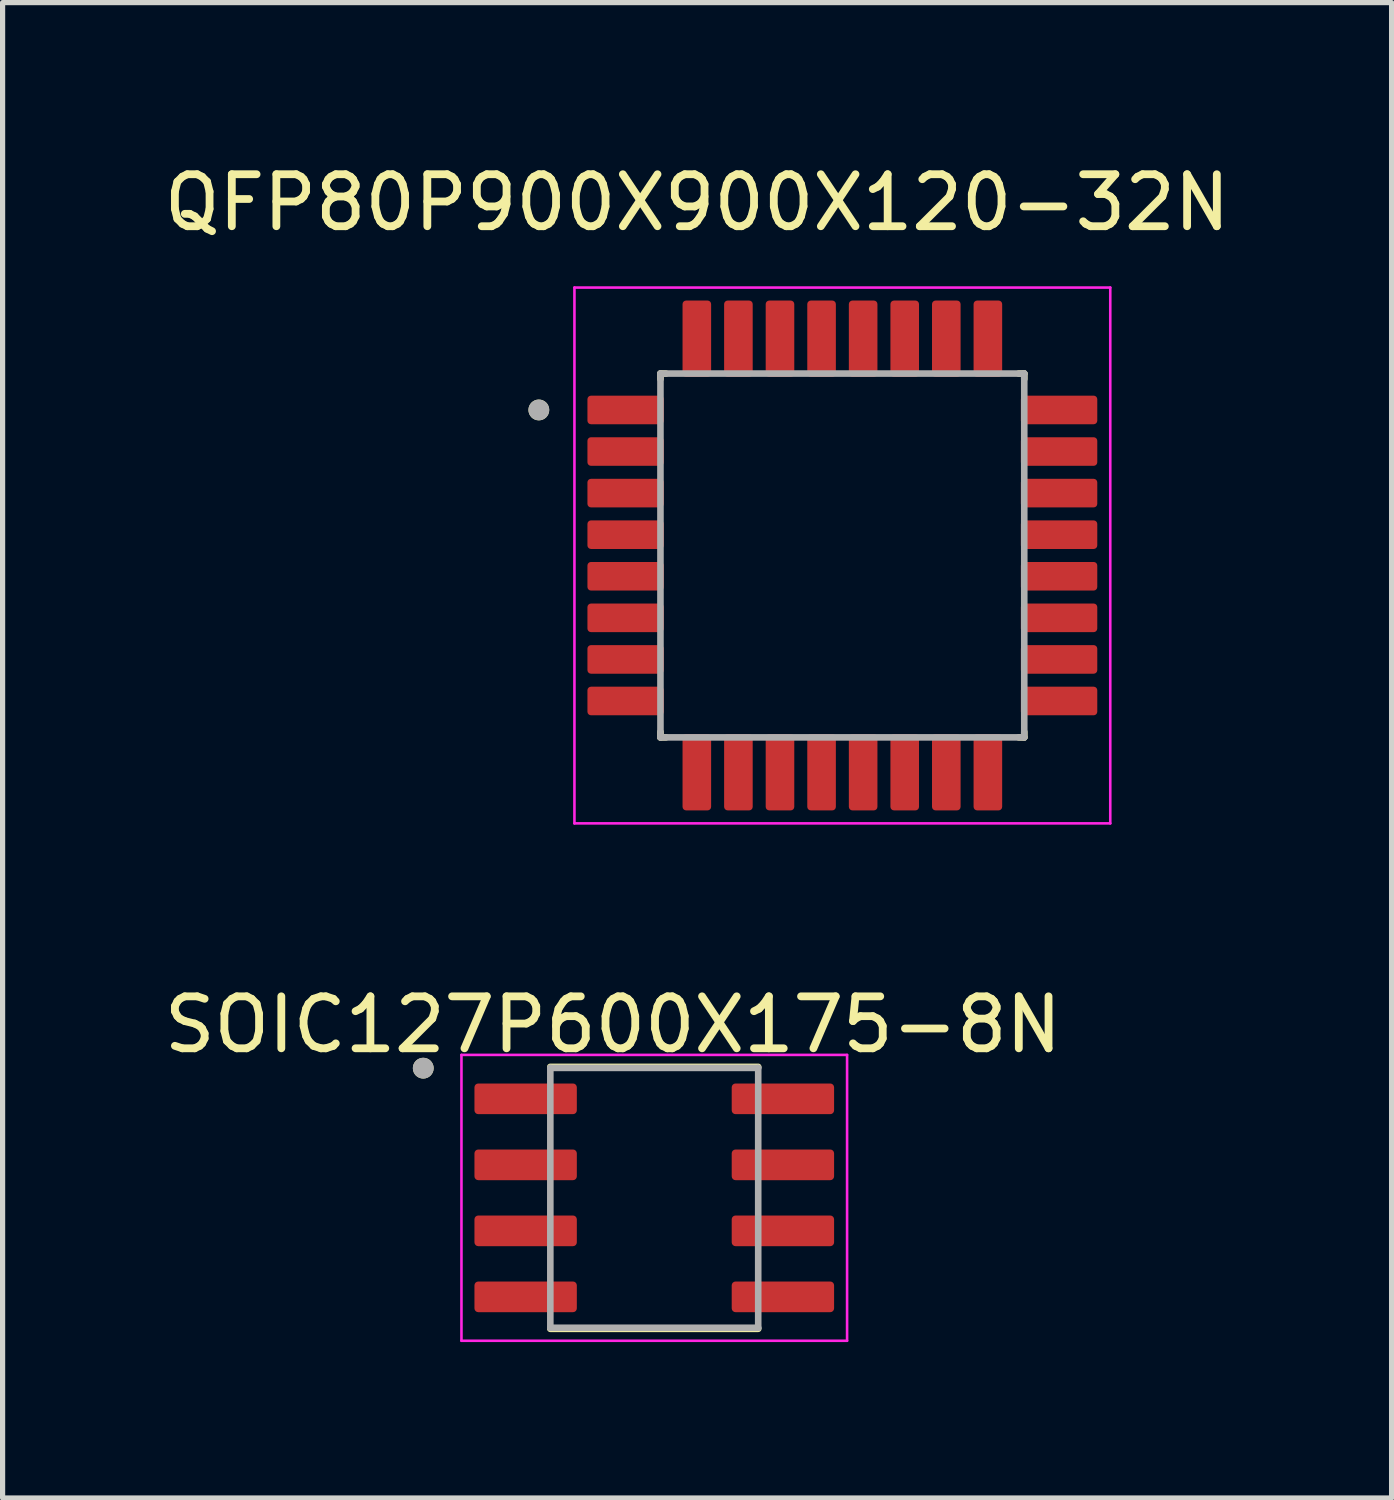
<source format=kicad_pcb>
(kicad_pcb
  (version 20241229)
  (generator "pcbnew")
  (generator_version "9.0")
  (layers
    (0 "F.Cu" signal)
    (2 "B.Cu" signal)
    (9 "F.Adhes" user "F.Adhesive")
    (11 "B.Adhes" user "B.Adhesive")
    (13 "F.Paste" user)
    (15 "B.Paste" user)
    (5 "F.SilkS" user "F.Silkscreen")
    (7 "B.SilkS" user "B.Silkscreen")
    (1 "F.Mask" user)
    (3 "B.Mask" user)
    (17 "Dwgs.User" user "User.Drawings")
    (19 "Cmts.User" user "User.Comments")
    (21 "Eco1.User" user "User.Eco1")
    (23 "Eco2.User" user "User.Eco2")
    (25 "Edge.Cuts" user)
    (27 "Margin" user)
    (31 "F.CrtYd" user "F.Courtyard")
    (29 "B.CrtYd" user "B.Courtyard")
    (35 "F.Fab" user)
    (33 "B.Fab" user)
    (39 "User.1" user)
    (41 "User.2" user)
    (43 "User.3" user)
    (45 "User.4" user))
  (footprint "QFP80P900X900X120-32N"
    (layer "F.Cu")
    (at 13.158 7.638)
    (property "Reference" "QFP80P900X900X120-32N" (at -2.795 -6.79 0) (layer "F.SilkS") (effects (font (size 1 1) (thickness 0.15))))
    (attr smd)
    (fp_line (start -3.5 -3.5) (end -3.5 -3.395) (stroke (width 0.127) (type solid)) (layer "F.SilkS"))
    (fp_line (start -3.5 -3.5) (end -3.395 -3.5) (stroke (width 0.127) (type solid)) (layer "F.SilkS"))
    (fp_line (start -3.5 3.5) (end -3.5 3.395) (stroke (width 0.127) (type solid)) (layer "F.SilkS"))
    (fp_line (start -3.5 3.5) (end -3.395 3.5) (stroke (width 0.127) (type solid)) (layer "F.SilkS"))
    (fp_line (start 3.5 -3.5) (end 3.395 -3.5) (stroke (width 0.127) (type solid)) (layer "F.SilkS"))
    (fp_line (start 3.5 -3.5) (end 3.5 -3.395) (stroke (width 0.127) (type solid)) (layer "F.SilkS"))
    (fp_line (start 3.5 3.5) (end 3.395 3.5) (stroke (width 0.127) (type solid)) (layer "F.SilkS"))
    (fp_line (start 3.5 3.5) (end 3.5 3.395) (stroke (width 0.127) (type solid)) (layer "F.SilkS"))
    (fp_circle (center -5.84 -2.8) (end -5.74 -2.8) (stroke (width 0.2) (type solid)) (fill no) (layer "F.SilkS"))
    (fp_line (start -5.155 -5.155) (end 5.155 -5.155) (stroke (width 0.05) (type solid)) (layer "F.CrtYd"))
    (fp_line (start -5.155 5.155) (end -5.155 -5.155) (stroke (width 0.05) (type solid)) (layer "F.CrtYd"))
    (fp_line (start -5.155 5.155) (end 5.155 5.155) (stroke (width 0.05) (type solid)) (layer "F.CrtYd"))
    (fp_line (start 5.155 5.155) (end 5.155 -5.155) (stroke (width 0.05) (type solid)) (layer "F.CrtYd"))
    (fp_line (start -3.5 3.5) (end -3.5 -3.5) (stroke (width 0.127) (type solid)) (layer "F.Fab"))
    (fp_line (start 3.5 -3.5) (end -3.5 -3.5) (stroke (width 0.127) (type solid)) (layer "F.Fab"))
    (fp_line (start 3.5 3.5) (end -3.5 3.5) (stroke (width 0.127) (type solid)) (layer "F.Fab"))
    (fp_line (start 3.5 3.5) (end 3.5 -3.5) (stroke (width 0.127) (type solid)) (layer "F.Fab"))
    (fp_circle (center -5.84 -2.8) (end -5.74 -2.8) (stroke (width 0.2) (type solid)) (fill no) (layer "F.Fab"))
    (pad "1" smd roundrect (at -4.17 -2.8) (size 1.47 0.55) (layers "F.Cu" "F.Mask" "F.Paste") (roundrect_rratio 0.125))
    (pad "2" smd roundrect (at -4.17 -2) (size 1.47 0.55) (layers "F.Cu" "F.Mask" "F.Paste") (roundrect_rratio 0.125))
    (pad "3" smd roundrect (at -4.17 -1.2) (size 1.47 0.55) (layers "F.Cu" "F.Mask" "F.Paste") (roundrect_rratio 0.125))
    (pad "4" smd roundrect (at -4.17 -0.4) (size 1.47 0.55) (layers "F.Cu" "F.Mask" "F.Paste") (roundrect_rratio 0.125))
    (pad "5" smd roundrect (at -4.17 0.4) (size 1.47 0.55) (layers "F.Cu" "F.Mask" "F.Paste") (roundrect_rratio 0.125))
    (pad "6" smd roundrect (at -4.17 1.2) (size 1.47 0.55) (layers "F.Cu" "F.Mask" "F.Paste") (roundrect_rratio 0.125))
    (pad "7" smd roundrect (at -4.17 2) (size 1.47 0.55) (layers "F.Cu" "F.Mask" "F.Paste") (roundrect_rratio 0.125))
    (pad "8" smd roundrect (at -4.17 2.8) (size 1.47 0.55) (layers "F.Cu" "F.Mask" "F.Paste") (roundrect_rratio 0.125))
    (pad "9" smd roundrect (at -2.8 4.17) (size 0.55 1.47) (layers "F.Cu" "F.Mask" "F.Paste") (roundrect_rratio 0.125))
    (pad "10" smd roundrect (at -2 4.17) (size 0.55 1.47) (layers "F.Cu" "F.Mask" "F.Paste") (roundrect_rratio 0.125))
    (pad "11" smd roundrect (at -1.2 4.17) (size 0.55 1.47) (layers "F.Cu" "F.Mask" "F.Paste") (roundrect_rratio 0.125))
    (pad "12" smd roundrect (at -0.4 4.17) (size 0.55 1.47) (layers "F.Cu" "F.Mask" "F.Paste") (roundrect_rratio 0.125))
    (pad "13" smd roundrect (at 0.4 4.17) (size 0.55 1.47) (layers "F.Cu" "F.Mask" "F.Paste") (roundrect_rratio 0.125))
    (pad "14" smd roundrect (at 1.2 4.17) (size 0.55 1.47) (layers "F.Cu" "F.Mask" "F.Paste") (roundrect_rratio 0.125))
    (pad "15" smd roundrect (at 2 4.17) (size 0.55 1.47) (layers "F.Cu" "F.Mask" "F.Paste") (roundrect_rratio 0.125))
    (pad "16" smd roundrect (at 2.8 4.17) (size 0.55 1.47) (layers "F.Cu" "F.Mask" "F.Paste") (roundrect_rratio 0.125))
    (pad "17" smd roundrect (at 4.17 2.8) (size 1.47 0.55) (layers "F.Cu" "F.Mask" "F.Paste") (roundrect_rratio 0.125))
    (pad "18" smd roundrect (at 4.17 2) (size 1.47 0.55) (layers "F.Cu" "F.Mask" "F.Paste") (roundrect_rratio 0.125))
    (pad "19" smd roundrect (at 4.17 1.2) (size 1.47 0.55) (layers "F.Cu" "F.Mask" "F.Paste") (roundrect_rratio 0.125))
    (pad "20" smd roundrect (at 4.17 0.4) (size 1.47 0.55) (layers "F.Cu" "F.Mask" "F.Paste") (roundrect_rratio 0.125))
    (pad "21" smd roundrect (at 4.17 -0.4) (size 1.47 0.55) (layers "F.Cu" "F.Mask" "F.Paste") (roundrect_rratio 0.125))
    (pad "22" smd roundrect (at 4.17 -1.2) (size 1.47 0.55) (layers "F.Cu" "F.Mask" "F.Paste") (roundrect_rratio 0.125))
    (pad "23" smd roundrect (at 4.17 -2) (size 1.47 0.55) (layers "F.Cu" "F.Mask" "F.Paste") (roundrect_rratio 0.125))
    (pad "24" smd roundrect (at 4.17 -2.8) (size 1.47 0.55) (layers "F.Cu" "F.Mask" "F.Paste") (roundrect_rratio 0.125))
    (pad "25" smd roundrect (at 2.8 -4.17) (size 0.55 1.47) (layers "F.Cu" "F.Mask" "F.Paste") (roundrect_rratio 0.125))
    (pad "26" smd roundrect (at 2 -4.17) (size 0.55 1.47) (layers "F.Cu" "F.Mask" "F.Paste") (roundrect_rratio 0.125))
    (pad "27" smd roundrect (at 1.2 -4.17) (size 0.55 1.47) (layers "F.Cu" "F.Mask" "F.Paste") (roundrect_rratio 0.125))
    (pad "28" smd roundrect (at 0.4 -4.17) (size 0.55 1.47) (layers "F.Cu" "F.Mask" "F.Paste") (roundrect_rratio 0.125))
    (pad "29" smd roundrect (at -0.4 -4.17) (size 0.55 1.47) (layers "F.Cu" "F.Mask" "F.Paste") (roundrect_rratio 0.125))
    (pad "30" smd roundrect (at -1.2 -4.17) (size 0.55 1.47) (layers "F.Cu" "F.Mask" "F.Paste") (roundrect_rratio 0.125))
    (pad "31" smd roundrect (at -2 -4.17) (size 0.55 1.47) (layers "F.Cu" "F.Mask" "F.Paste") (roundrect_rratio 0.125))
    (pad "32" smd roundrect (at -2.8 -4.17) (size 0.55 1.47) (layers "F.Cu" "F.Mask" "F.Paste") (roundrect_rratio 0.125)))
  (footprint "SOIC127P600X175-8N"
    (layer "F.Cu")
    (at 9.539 19.998)
    (property "Reference" "SOIC127P600X175-8N" (at -0.795 -3.332 0) (layer "F.SilkS") (effects (font (size 1 1) (thickness 0.15))))
    (attr smd)
    (fp_line (start -2 -2.52) (end 2 -2.52) (stroke (width 0.127) (type solid)) (layer "F.SilkS"))
    (fp_line (start -2 2.52) (end 2 2.52) (stroke (width 0.127) (type solid)) (layer "F.SilkS"))
    (fp_circle (center -4.445 -2.495) (end -4.345 -2.495) (stroke (width 0.2) (type solid)) (fill no) (layer "F.SilkS"))
    (fp_line (start -3.71 -2.75) (end -3.71 2.75) (stroke (width 0.05) (type solid)) (layer "F.CrtYd"))
    (fp_line (start -3.71 -2.75) (end 3.71 -2.75) (stroke (width 0.05) (type solid)) (layer "F.CrtYd"))
    (fp_line (start -3.71 2.75) (end 3.71 2.75) (stroke (width 0.05) (type solid)) (layer "F.CrtYd"))
    (fp_line (start 3.71 -2.75) (end 3.71 2.75) (stroke (width 0.05) (type solid)) (layer "F.CrtYd"))
    (fp_line (start -2 -2.5) (end -2 2.5) (stroke (width 0.127) (type solid)) (layer "F.Fab"))
    (fp_line (start -2 -2.5) (end 2 -2.5) (stroke (width 0.127) (type solid)) (layer "F.Fab"))
    (fp_line (start -2 2.5) (end 2 2.5) (stroke (width 0.127) (type solid)) (layer "F.Fab"))
    (fp_line (start 2 -2.5) (end 2 2.5) (stroke (width 0.127) (type solid)) (layer "F.Fab"))
    (fp_circle (center -4.445 -2.495) (end -4.345 -2.495) (stroke (width 0.2) (type solid)) (fill no) (layer "F.Fab"))
    (pad "1" smd roundrect (at -2.475 -1.905) (size 1.97 0.59) (layers "F.Cu" "F.Mask" "F.Paste") (roundrect_rratio 0.125))
    (pad "2" smd roundrect (at -2.475 -0.635) (size 1.97 0.59) (layers "F.Cu" "F.Mask" "F.Paste") (roundrect_rratio 0.125))
    (pad "3" smd roundrect (at -2.475 0.635) (size 1.97 0.59) (layers "F.Cu" "F.Mask" "F.Paste") (roundrect_rratio 0.125))
    (pad "4" smd roundrect (at -2.475 1.905) (size 1.97 0.59) (layers "F.Cu" "F.Mask" "F.Paste") (roundrect_rratio 0.125))
    (pad "5" smd roundrect (at 2.475 1.905) (size 1.97 0.59) (layers "F.Cu" "F.Mask" "F.Paste") (roundrect_rratio 0.125))
    (pad "6" smd roundrect (at 2.475 0.635) (size 1.97 0.59) (layers "F.Cu" "F.Mask" "F.Paste") (roundrect_rratio 0.125))
    (pad "7" smd roundrect (at 2.475 -0.635) (size 1.97 0.59) (layers "F.Cu" "F.Mask" "F.Paste") (roundrect_rratio 0.125))
    (pad "8" smd roundrect (at 2.475 -1.905) (size 1.97 0.59) (layers "F.Cu" "F.Mask" "F.Paste") (roundrect_rratio 0.125)))
  (gr_rect
    (start -3 -3)
    (end 23.726 25.773)
    (stroke (width 0.1) (type default))
    (fill no)
    (layer "Edge.Cuts")))
</source>
